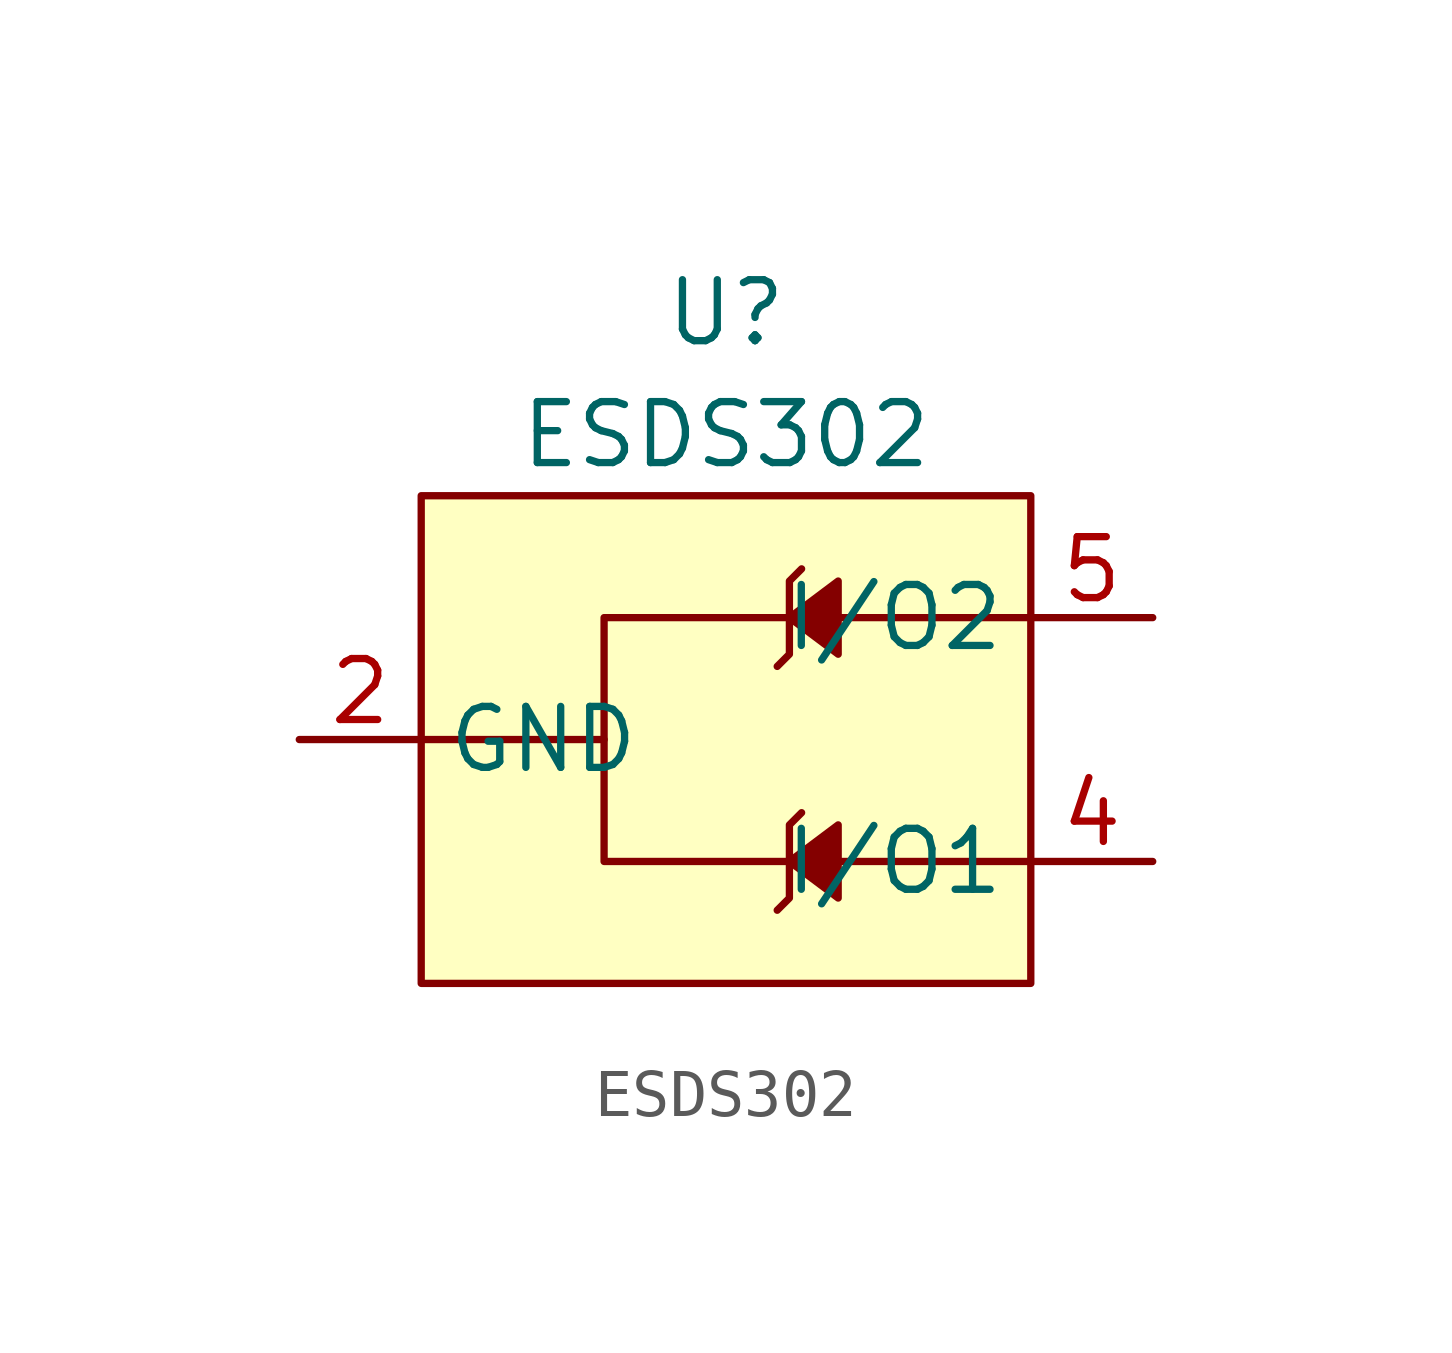
<source format=kicad_sym>
(kicad_symbol_lib
  (version 20220914)
  (generator kicad_symbol_editor)
  (symbol "ESDS302"
    (property "Reference" "U"
      (at 0 8.89 0)
      (effects (font (size 1.27 1.27))))
    (property "Value" "ESDS302"
      (at 0 6.35 0)
      (effects (font (size 1.27 1.27))))
    (symbol "ESDS302_0_1"
      (polyline (pts (xy 6.35 -2.54) (xy -2.54 -2.54) (xy -2.54 0)) (stroke (width 0) (type default)) (fill (type none)))
      (polyline (pts (xy 1.067 -3.556) (xy 1.321 -3.302) (xy 1.321 -1.778) (xy 1.575 -1.524)) (stroke (width 0) (type default)) (fill (type none)))
      (polyline (pts (xy 1.067 1.524) (xy 1.321 1.778) (xy 1.321 3.302) (xy 1.575 3.556)) (stroke (width 0) (type default)) (fill (type none)))
      (polyline (pts (xy 6.35 2.54) (xy -2.54 2.54) (xy -2.54 0) (xy -6.35 0)) (stroke (width 0) (type default)) (fill (type none))))
    (symbol "ESDS302_1_0"
      (pin passive line (at 8.89 2.54 180) (length 2.54) hide (name "NC" (effects (font (size 1.27 1.27)))) (number "1" (effects (font (size 1.27 1.27)))))
      (pin passive line (at 8.89 -2.54 180) (length 2.54) hide (name "NC" (effects (font (size 1.27 1.27)))) (number "3" (effects (font (size 1.27 1.27))))))
    (symbol "ESDS302_1_1"
      (rectangle (start -6.35 5.08) (end 6.35 -5.08) (stroke (width 0) (type default)) (fill (type background)))
      (polyline (pts (xy 2.337 -1.778) (xy 2.337 -3.302) (xy 1.321 -2.54) (xy 2.337 -1.778)) (stroke (width 0) (type default)) (fill (type outline)))
      (polyline (pts (xy 2.337 3.302) (xy 2.337 1.778) (xy 1.321 2.54) (xy 2.337 3.302)) (stroke (width 0) (type default)) (fill (type outline)))
      (pin passive line (at -8.89 0 0) (length 2.54) (name "GND" (effects (font (size 1.27 1.27)))) (number "2" (effects (font (size 1.27 1.27)))))
      (pin passive line (at 8.89 -2.54 180) (length 2.54) (name "I/O1" (effects (font (size 1.27 1.27)))) (number "4" (effects (font (size 1.27 1.27)))))
      (pin passive line (at 8.89 2.54 180) (length 2.54) (name "I/O2" (effects (font (size 1.27 1.27)))) (number "5" (effects (font (size 1.27 1.27))))))))
</source>
